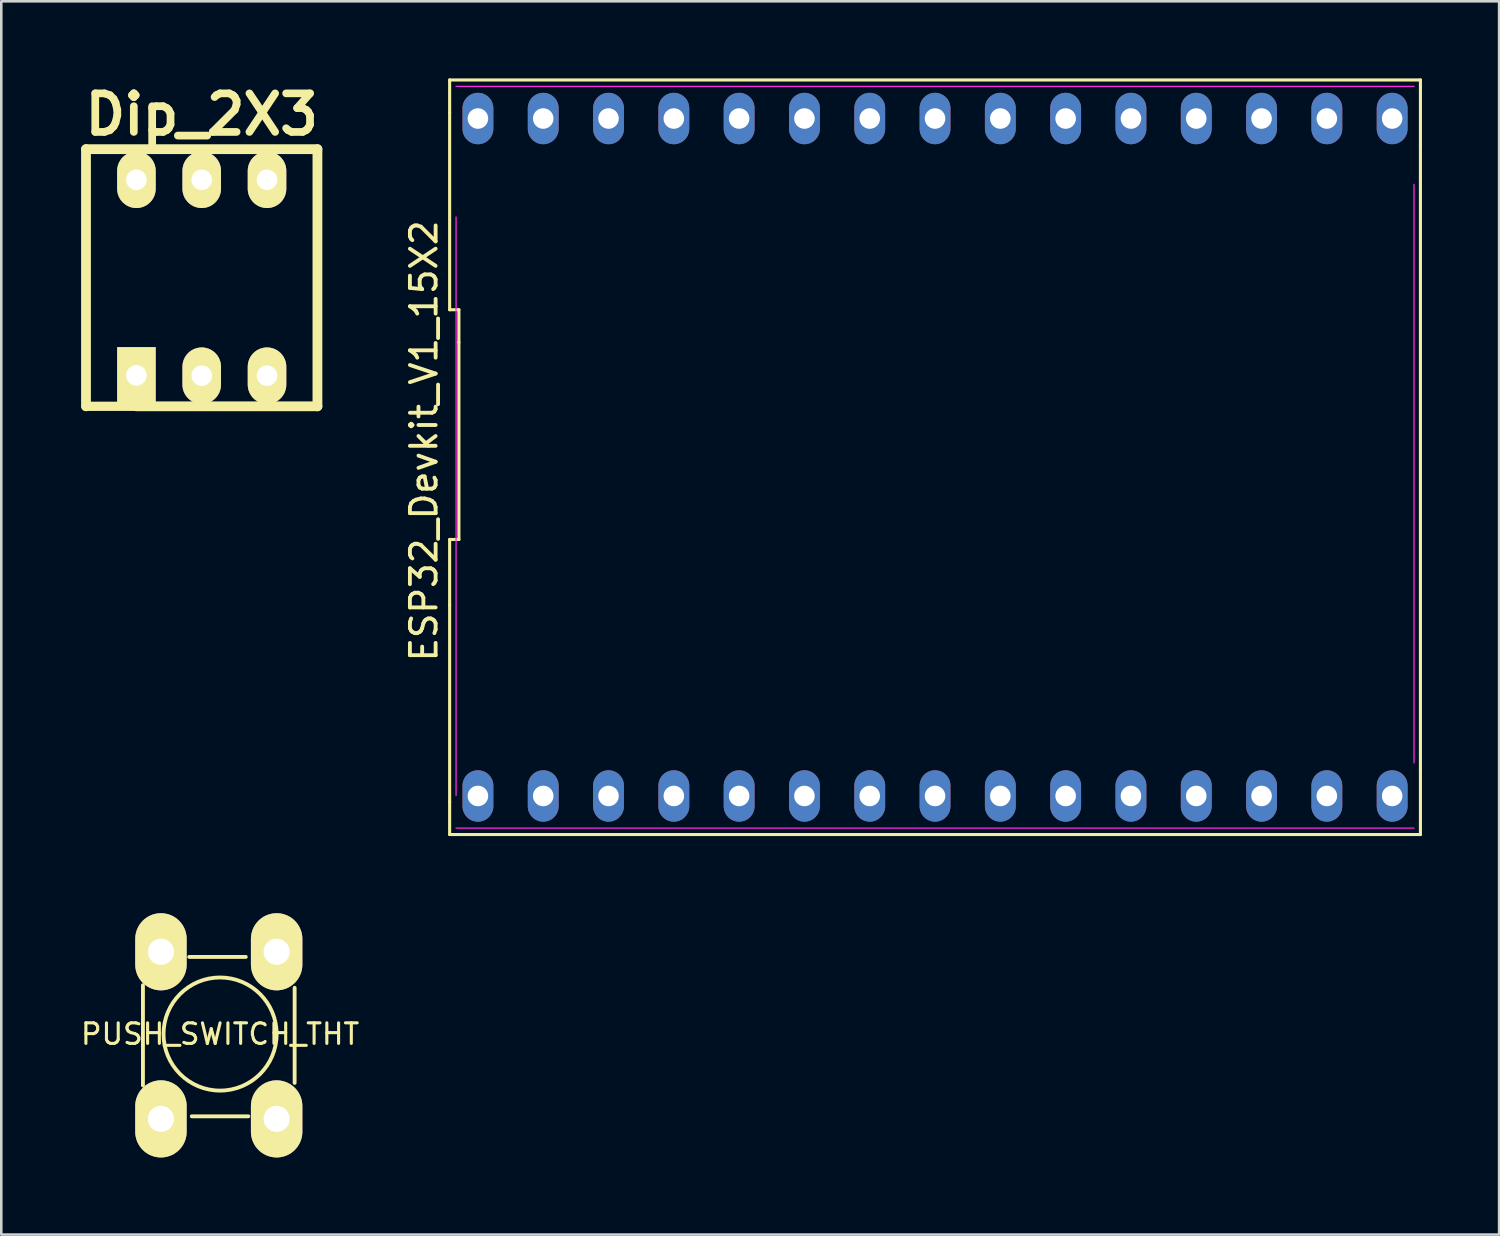
<source format=kicad_pcb>
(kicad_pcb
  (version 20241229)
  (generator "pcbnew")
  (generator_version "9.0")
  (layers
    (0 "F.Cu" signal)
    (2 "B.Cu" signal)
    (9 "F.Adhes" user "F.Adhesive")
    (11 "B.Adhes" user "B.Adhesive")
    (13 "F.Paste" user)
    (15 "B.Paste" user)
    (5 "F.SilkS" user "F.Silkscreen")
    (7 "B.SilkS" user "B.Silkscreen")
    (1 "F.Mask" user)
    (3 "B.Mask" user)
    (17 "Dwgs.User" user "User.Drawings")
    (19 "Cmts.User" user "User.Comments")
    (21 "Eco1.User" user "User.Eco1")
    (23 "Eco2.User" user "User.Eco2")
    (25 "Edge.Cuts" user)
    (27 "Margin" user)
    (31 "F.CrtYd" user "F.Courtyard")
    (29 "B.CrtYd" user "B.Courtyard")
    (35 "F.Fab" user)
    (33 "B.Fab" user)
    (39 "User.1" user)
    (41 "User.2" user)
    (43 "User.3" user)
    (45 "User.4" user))
  (footprint "PUSH_SWITCH_THT"
    (layer "F.Cu")
    (at 3.21 33.97)
    (property "Reference" "PUSH_SWITCH_THT" (at 2.3 3.2 0) (layer "F.SilkS") (effects (font (size 0.8 0.8) (thickness 0.12))))
    (attr through_hole)
    (fp_line (start -0.7 1.3) (end -0.7 5.2) (stroke (width 0.15) (type solid)) (layer "F.SilkS"))
    (fp_line (start 1.1 0.2) (end 3.3 0.2) (stroke (width 0.15) (type solid)) (layer "F.SilkS"))
    (fp_line (start 1.2 6.4) (end 3.4 6.4) (stroke (width 0.15) (type solid)) (layer "F.SilkS"))
    (fp_line (start 5.2 1.4) (end 5.2 5.1) (stroke (width 0.15) (type solid)) (layer "F.SilkS"))
    (fp_circle (center 2.3 3.2) (end 2.3 5.4) (stroke (width 0.15) (type solid)) (fill no) (layer "F.SilkS"))
    (pad "1" thru_hole oval (at 4.5 0) (size 2 3) (drill 1.016) (layers "*.Cu" "*.Mask" "F.SilkS"))
    (pad "2" thru_hole oval (at 4.5 6.5) (size 2 3) (drill 1.016) (layers "*.Cu" "*.Mask" "F.SilkS"))
    (pad "3" thru_hole oval (at 0 0) (size 2 3) (drill 1.016) (layers "*.Cu" "*.Mask" "F.SilkS"))
    (pad "4" thru_hole oval (at 0 6.5) (size 2 3) (drill 1.016) (layers "*.Cu" "*.Mask" "F.SilkS")))
  (footprint "ESP32_Devkit_V1_15X2"
    (layer "F.Cu")
    (at 33.319 12.83)
    (property "Reference" "ESP32_Devkit_V1_15X2" (at -19.88 1.27 90) (layer "F.SilkS") (effects (font (size 1 1) (thickness 0.15))))
    (attr through_hole)
    (fp_line (start -18.88 -11.5) (end -18.88 -12.77) (stroke (width 0.12) (type solid)) (layer "F.SilkS"))
    (fp_line (start -18.88 -11.5) (end -18.88 -3.833) (stroke (width 0.12) (type solid)) (layer "F.SilkS"))
    (fp_line (start -18.88 -3.833) (end -18.52 -3.833) (stroke (width 0.12) (type solid)) (layer "F.SilkS"))
    (fp_line (start -18.88 5.103) (end -18.88 7.643) (stroke (width 0.12) (type solid)) (layer "F.SilkS"))
    (fp_line (start -18.88 7.643) (end -18.88 15.31) (stroke (width 0.12) (type solid)) (layer "F.SilkS"))
    (fp_line (start -18.88 15.31) (end -18.88 16.58) (stroke (width 0.12) (type solid)) (layer "F.SilkS"))
    (fp_line (start -18.88 16.58) (end 18.88 16.58) (stroke (width 0.12) (type solid)) (layer "F.SilkS"))
    (fp_line (start -18.52 -3.833) (end -18.52 -2.563) (stroke (width 0.12) (type solid)) (layer "F.SilkS"))
    (fp_line (start -18.52 -2.563) (end -18.52 5.103) (stroke (width 0.12) (type solid)) (layer "F.SilkS"))
    (fp_line (start -18.52 5.103) (end -18.88 5.103) (stroke (width 0.12) (type solid)) (layer "F.SilkS"))
    (fp_line (start 18.88 -12.77) (end -18.88 -12.77) (stroke (width 0.12) (type solid)) (layer "F.SilkS"))
    (fp_line (start 18.88 -12.77) (end 18.88 -10.23) (stroke (width 0.12) (type solid)) (layer "F.SilkS"))
    (fp_line (start 18.88 -10.23) (end 18.88 -8.96) (stroke (width 0.12) (type solid)) (layer "F.SilkS"))
    (fp_line (start 18.88 14.04) (end 18.88 -8.96) (stroke (width 0.12) (type solid)) (layer "F.SilkS"))
    (fp_line (start 18.88 14.04) (end 18.88 16.58) (stroke (width 0.12) (type solid)) (layer "F.SilkS"))
    (fp_line (start -18.63 -12.52) (end 18.63 -12.52) (stroke (width 0.05) (type solid)) (layer "F.CrtYd"))
    (fp_line (start -18.63 15.06) (end -18.63 -7.44) (stroke (width 0.05) (type solid)) (layer "F.CrtYd"))
    (fp_line (start 18.63 -8.71) (end 18.63 13.79) (stroke (width 0.05) (type solid)) (layer "F.CrtYd"))
    (fp_line (start 18.63 16.33) (end -18.63 16.33) (stroke (width 0.05) (type solid)) (layer "F.CrtYd"))
    (pad "1" thru_hole oval (at -17.78 15.08) (size 1.2 2) (drill 0.8) (layers "*.Cu" "*.Mask"))
    (pad "2" thru_hole oval (at -15.24 15.08) (size 1.2 2) (drill 0.8) (layers "*.Cu" "*.Mask"))
    (pad "3" thru_hole oval (at -12.7 15.08) (size 1.2 2) (drill 0.8) (layers "*.Cu" "*.Mask"))
    (pad "4" thru_hole oval (at -10.16 15.08) (size 1.2 2) (drill 0.8) (layers "*.Cu" "*.Mask"))
    (pad "5" thru_hole oval (at -7.62 15.08) (size 1.2 2) (drill 0.8) (layers "*.Cu" "*.Mask"))
    (pad "6" thru_hole oval (at -5.08 15.08) (size 1.2 2) (drill 0.8) (layers "*.Cu" "*.Mask"))
    (pad "7" thru_hole oval (at -2.54 15.08) (size 1.2 2) (drill 0.8) (layers "*.Cu" "*.Mask"))
    (pad "8" thru_hole oval (at 0 15.08) (size 1.2 2) (drill 0.8) (layers "*.Cu" "*.Mask"))
    (pad "9" thru_hole oval (at 2.54 15.08) (size 1.2 2) (drill 0.8) (layers "*.Cu" "*.Mask"))
    (pad "10" thru_hole oval (at 5.08 15.08) (size 1.2 2) (drill 0.8) (layers "*.Cu" "*.Mask"))
    (pad "11" thru_hole oval (at 7.62 15.08) (size 1.2 2) (drill 0.8) (layers "*.Cu" "*.Mask"))
    (pad "12" thru_hole oval (at 10.16 15.08) (size 1.2 2) (drill 0.8) (layers "*.Cu" "*.Mask"))
    (pad "13" thru_hole oval (at 12.7 15.08) (size 1.2 2) (drill 0.8) (layers "*.Cu" "*.Mask"))
    (pad "14" thru_hole oval (at 15.24 15.08) (size 1.2 2) (drill 0.8) (layers "*.Cu" "*.Mask"))
    (pad "15" thru_hole oval (at 17.78 15.08) (size 1.2 2) (drill 0.8) (layers "*.Cu" "*.Mask"))
    (pad "16" thru_hole oval (at 17.78 -11.27) (size 1.2 2) (drill 0.8) (layers "*.Cu" "*.Mask"))
    (pad "17" thru_hole oval (at 15.24 -11.27) (size 1.2 2) (drill 0.8) (layers "*.Cu" "*.Mask"))
    (pad "18" thru_hole oval (at 12.7 -11.27) (size 1.2 2) (drill 0.8) (layers "*.Cu" "*.Mask"))
    (pad "19" thru_hole oval (at 10.16 -11.27) (size 1.2 2) (drill 0.8) (layers "*.Cu" "*.Mask"))
    (pad "20" thru_hole oval (at 7.62 -11.27) (size 1.2 2) (drill 0.8) (layers "*.Cu" "*.Mask"))
    (pad "21" thru_hole oval (at 5.08 -11.27) (size 1.2 2) (drill 0.8) (layers "*.Cu" "*.Mask"))
    (pad "22" thru_hole oval (at 2.54 -11.27) (size 1.2 2) (drill 0.8) (layers "*.Cu" "*.Mask"))
    (pad "23" thru_hole oval (at 0 -11.27) (size 1.2 2) (drill 0.8) (layers "*.Cu" "*.Mask"))
    (pad "24" thru_hole oval (at -2.54 -11.27) (size 1.2 2) (drill 0.8) (layers "*.Cu" "*.Mask"))
    (pad "25" thru_hole oval (at -5.08 -11.27) (size 1.2 2) (drill 0.8) (layers "*.Cu" "*.Mask"))
    (pad "26" thru_hole oval (at -7.62 -11.27) (size 1.2 2) (drill 0.8) (layers "*.Cu" "*.Mask"))
    (pad "27" thru_hole oval (at -10.16 -11.27) (size 1.2 2) (drill 0.8) (layers "*.Cu" "*.Mask"))
    (pad "28" thru_hole oval (at -12.7 -11.27) (size 1.2 2) (drill 0.8) (layers "*.Cu" "*.Mask"))
    (pad "29" thru_hole oval (at -15.24 -11.27) (size 1.2 2) (drill 0.8) (layers "*.Cu" "*.Mask"))
    (pad "30" thru_hole oval (at -17.78 -11.27) (size 1.2 2) (drill 0.8) (layers "*.Cu" "*.Mask")))
  (footprint "Dip_2X3"
    (layer "F.Cu")
    (at 4.796 7.753)
    (property "Reference" "Dip_2X3" (at 0 -6.35 0) (layer "F.SilkS") (effects (font (size 1.499 1.499) (thickness 0.3))))
    (attr through_hole)
    (fp_line (start -4.501 -5.001) (end 4.501 -5.001) (stroke (width 0.381) (type solid)) (layer "F.SilkS"))
    (fp_line (start -4.501 5.001) (end -4.501 -5.001) (stroke (width 0.381) (type solid)) (layer "F.SilkS"))
    (fp_line (start -4.501 5.001) (end -2.54 5.001) (stroke (width 0.36) (type solid)) (layer "F.SilkS"))
    (fp_line (start 4.501 -4.999) (end 4.501 5.001) (stroke (width 0.381) (type solid)) (layer "F.SilkS"))
    (fp_line (start 4.501 5.001) (end -2.54 5.001) (stroke (width 0.381) (type solid)) (layer "F.SilkS"))
    (pad "1" thru_hole rect (at -2.54 3.797) (size 1.499 2.197) (drill 0.8) (layers "*.Cu" "*.Mask" "F.SilkS"))
    (pad "2" thru_hole oval (at 0 3.81) (size 1.499 2.197) (drill 0.8) (layers "*.Cu" "*.Mask" "F.SilkS"))
    (pad "3" thru_hole oval (at 2.54 3.81) (size 1.499 2.197) (drill 0.8) (layers "*.Cu" "*.Mask" "F.SilkS"))
    (pad "4" thru_hole oval (at 2.54 -3.81) (size 1.499 2.197) (drill 0.8) (layers "*.Cu" "*.Mask" "F.SilkS"))
    (pad "5" thru_hole oval (at 0 -3.81) (size 1.499 2.197) (drill 0.8) (layers "*.Cu" "*.Mask" "F.SilkS"))
    (pad "6" thru_hole oval (at -2.54 -3.81) (size 1.499 2.197) (drill 0.8) (layers "*.Cu" "*.Mask" "F.SilkS")))
  (gr_rect
    (start -3 -3)
    (end 55.259 44.97)
    (stroke (width 0.1) (type default))
    (fill no)
    (layer "Edge.Cuts")))
</source>
